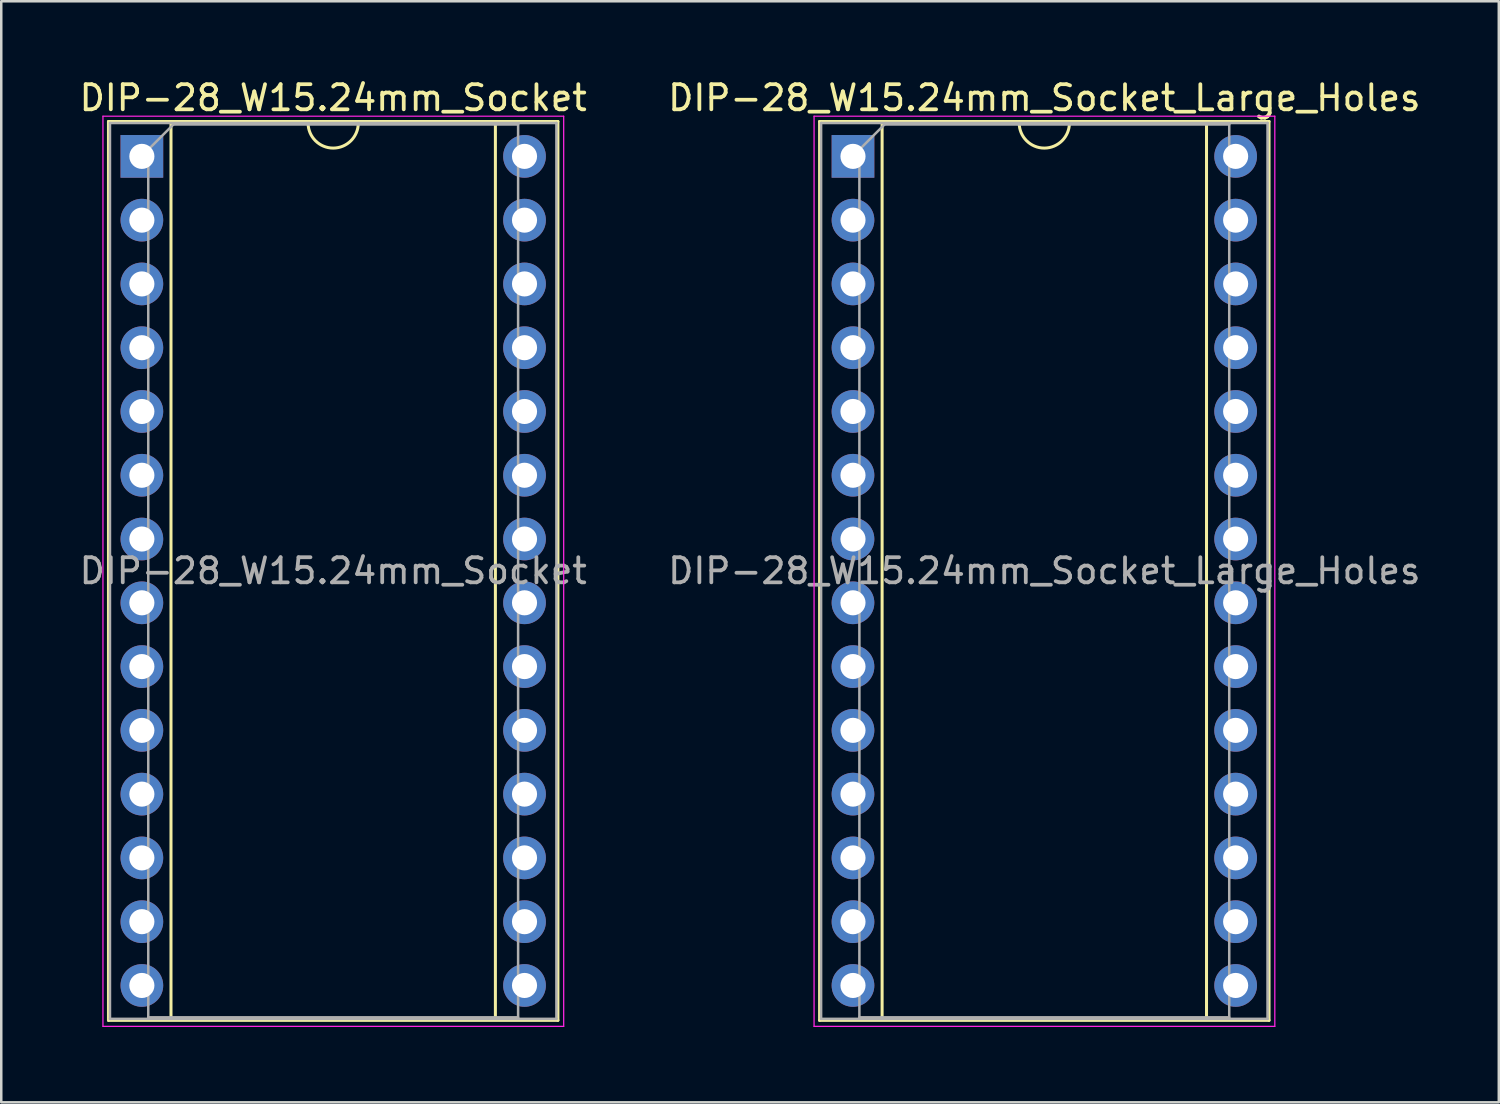
<source format=kicad_pcb>
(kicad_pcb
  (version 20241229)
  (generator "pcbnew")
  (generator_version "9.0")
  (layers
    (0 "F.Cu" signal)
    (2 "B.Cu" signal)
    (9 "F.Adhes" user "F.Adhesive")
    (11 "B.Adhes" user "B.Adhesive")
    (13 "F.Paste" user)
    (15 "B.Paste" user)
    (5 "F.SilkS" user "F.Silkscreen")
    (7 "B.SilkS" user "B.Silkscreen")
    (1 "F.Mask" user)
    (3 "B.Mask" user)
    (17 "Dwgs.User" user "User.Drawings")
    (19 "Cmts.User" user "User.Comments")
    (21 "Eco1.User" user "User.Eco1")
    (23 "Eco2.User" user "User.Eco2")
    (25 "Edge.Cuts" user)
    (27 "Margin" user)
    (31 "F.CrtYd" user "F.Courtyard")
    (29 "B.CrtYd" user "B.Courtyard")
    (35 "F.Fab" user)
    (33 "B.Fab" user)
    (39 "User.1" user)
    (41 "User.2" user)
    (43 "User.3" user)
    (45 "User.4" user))
  (footprint "DIP-28_W15.24mm_Socket"
    (layer "F.Cu")
    (at 2.6 3.178)
    (property "Reference" "DIP-28_W15.24mm_Socket" (at 7.62 -2.33 0) (layer "F.SilkS") (effects (font (size 1 1) (thickness 0.15))))
    (attr through_hole)
    (fp_line (start -1.33 -1.39) (end -1.33 34.41) (stroke (width 0.12) (type solid)) (layer "F.SilkS"))
    (fp_line (start -1.33 34.41) (end 16.57 34.41) (stroke (width 0.12) (type solid)) (layer "F.SilkS"))
    (fp_line (start 1.16 -1.33) (end 1.16 34.35) (stroke (width 0.12) (type solid)) (layer "F.SilkS"))
    (fp_line (start 1.16 34.35) (end 14.08 34.35) (stroke (width 0.12) (type solid)) (layer "F.SilkS"))
    (fp_line (start 6.62 -1.33) (end 1.16 -1.33) (stroke (width 0.12) (type solid)) (layer "F.SilkS"))
    (fp_line (start 14.08 -1.33) (end 8.62 -1.33) (stroke (width 0.12) (type solid)) (layer "F.SilkS"))
    (fp_line (start 14.08 34.35) (end 14.08 -1.33) (stroke (width 0.12) (type solid)) (layer "F.SilkS"))
    (fp_line (start 16.57 -1.39) (end -1.33 -1.39) (stroke (width 0.12) (type solid)) (layer "F.SilkS"))
    (fp_line (start 16.57 34.41) (end 16.57 -1.39) (stroke (width 0.12) (type solid)) (layer "F.SilkS"))
    (fp_arc (start 8.62 -1.33) (mid 7.62 -0.33) (end 6.62 -1.33) (stroke (width 0.12) (type solid)) (layer "F.SilkS"))
    (fp_line (start -1.55 -1.6) (end -1.55 34.65) (stroke (width 0.05) (type solid)) (layer "F.CrtYd"))
    (fp_line (start -1.55 34.65) (end 16.8 34.65) (stroke (width 0.05) (type solid)) (layer "F.CrtYd"))
    (fp_line (start 16.8 -1.6) (end -1.55 -1.6) (stroke (width 0.05) (type solid)) (layer "F.CrtYd"))
    (fp_line (start 16.8 34.65) (end 16.8 -1.6) (stroke (width 0.05) (type solid)) (layer "F.CrtYd"))
    (fp_line (start -1.27 -1.33) (end -1.27 34.35) (stroke (width 0.1) (type solid)) (layer "F.Fab"))
    (fp_line (start -1.27 34.35) (end 16.51 34.35) (stroke (width 0.1) (type solid)) (layer "F.Fab"))
    (fp_line (start 0.255 -0.27) (end 1.255 -1.27) (stroke (width 0.1) (type solid)) (layer "F.Fab"))
    (fp_line (start 0.255 34.29) (end 0.255 -0.27) (stroke (width 0.1) (type solid)) (layer "F.Fab"))
    (fp_line (start 1.255 -1.27) (end 14.985 -1.27) (stroke (width 0.1) (type solid)) (layer "F.Fab"))
    (fp_line (start 14.985 -1.27) (end 14.985 34.29) (stroke (width 0.1) (type solid)) (layer "F.Fab"))
    (fp_line (start 14.985 34.29) (end 0.255 34.29) (stroke (width 0.1) (type solid)) (layer "F.Fab"))
    (fp_line (start 16.51 -1.33) (end -1.27 -1.33) (stroke (width 0.1) (type solid)) (layer "F.Fab"))
    (fp_line (start 16.51 34.35) (end 16.51 -1.33) (stroke (width 0.1) (type solid)) (layer "F.Fab"))
    (fp_text user "${REFERENCE}" (at 7.62 16.51 0) (layer "F.Fab") (effects (font (size 1 1) (thickness 0.15))))
    (pad "1" thru_hole rect (at 0 0) (size 1.7 1.7) (drill 1) (layers "*.Cu" "*.Mask"))
    (pad "2" thru_hole oval (at 0 2.54) (size 1.7 1.7) (drill 1) (layers "*.Cu" "*.Mask"))
    (pad "3" thru_hole oval (at 0 5.08) (size 1.7 1.7) (drill 1) (layers "*.Cu" "*.Mask"))
    (pad "4" thru_hole oval (at 0 7.62) (size 1.7 1.7) (drill 1) (layers "*.Cu" "*.Mask"))
    (pad "5" thru_hole oval (at 0 10.16) (size 1.7 1.7) (drill 1) (layers "*.Cu" "*.Mask"))
    (pad "6" thru_hole oval (at 0 12.7) (size 1.7 1.7) (drill 1) (layers "*.Cu" "*.Mask"))
    (pad "7" thru_hole oval (at 0 15.24) (size 1.7 1.7) (drill 1) (layers "*.Cu" "*.Mask"))
    (pad "8" thru_hole oval (at 0 17.78) (size 1.7 1.7) (drill 1) (layers "*.Cu" "*.Mask"))
    (pad "9" thru_hole oval (at 0 20.32) (size 1.7 1.7) (drill 1) (layers "*.Cu" "*.Mask"))
    (pad "10" thru_hole oval (at 0 22.86) (size 1.7 1.7) (drill 1) (layers "*.Cu" "*.Mask"))
    (pad "11" thru_hole oval (at 0 25.4) (size 1.7 1.7) (drill 1) (layers "*.Cu" "*.Mask"))
    (pad "12" thru_hole oval (at 0 27.94) (size 1.7 1.7) (drill 1) (layers "*.Cu" "*.Mask"))
    (pad "13" thru_hole oval (at 0 30.48) (size 1.7 1.7) (drill 1) (layers "*.Cu" "*.Mask"))
    (pad "14" thru_hole oval (at 0 33.02) (size 1.7 1.7) (drill 1) (layers "*.Cu" "*.Mask"))
    (pad "15" thru_hole oval (at 15.24 33.02) (size 1.7 1.7) (drill 1) (layers "*.Cu" "*.Mask"))
    (pad "16" thru_hole oval (at 15.24 30.48) (size 1.7 1.7) (drill 1) (layers "*.Cu" "*.Mask"))
    (pad "17" thru_hole oval (at 15.24 27.94) (size 1.7 1.7) (drill 1) (layers "*.Cu" "*.Mask"))
    (pad "18" thru_hole oval (at 15.24 25.4) (size 1.7 1.7) (drill 1) (layers "*.Cu" "*.Mask"))
    (pad "19" thru_hole oval (at 15.24 22.86) (size 1.7 1.7) (drill 1) (layers "*.Cu" "*.Mask"))
    (pad "20" thru_hole oval (at 15.24 20.32) (size 1.7 1.7) (drill 1) (layers "*.Cu" "*.Mask"))
    (pad "21" thru_hole oval (at 15.24 17.78) (size 1.7 1.7) (drill 1) (layers "*.Cu" "*.Mask"))
    (pad "22" thru_hole oval (at 15.24 15.24) (size 1.7 1.7) (drill 1) (layers "*.Cu" "*.Mask"))
    (pad "23" thru_hole oval (at 15.24 12.7) (size 1.7 1.7) (drill 1) (layers "*.Cu" "*.Mask"))
    (pad "24" thru_hole oval (at 15.24 10.16) (size 1.7 1.7) (drill 1) (layers "*.Cu" "*.Mask"))
    (pad "25" thru_hole oval (at 15.24 7.62) (size 1.7 1.7) (drill 1) (layers "*.Cu" "*.Mask"))
    (pad "26" thru_hole oval (at 15.24 5.08) (size 1.7 1.7) (drill 1) (layers "*.Cu" "*.Mask"))
    (pad "27" thru_hole oval (at 15.24 2.54) (size 1.7 1.7) (drill 1) (layers "*.Cu" "*.Mask"))
    (pad "28" thru_hole oval (at 15.24 0) (size 1.7 1.7) (drill 1) (layers "*.Cu" "*.Mask")))
  (footprint "DIP-28_W15.24mm_Socket_Large_Holes"
    (layer "F.Cu")
    (at 30.922 3.178)
    (property "Reference" "DIP-28_W15.24mm_Socket_Large_Holes" (at 7.62 -2.33 0) (layer "F.SilkS") (effects (font (size 1 1) (thickness 0.15))))
    (attr through_hole)
    (fp_line (start -1.33 -1.39) (end -1.33 34.41) (stroke (width 0.12) (type solid)) (layer "F.SilkS"))
    (fp_line (start -1.33 34.41) (end 16.57 34.41) (stroke (width 0.12) (type solid)) (layer "F.SilkS"))
    (fp_line (start 1.16 -1.33) (end 1.16 34.35) (stroke (width 0.12) (type solid)) (layer "F.SilkS"))
    (fp_line (start 1.16 34.35) (end 14.08 34.35) (stroke (width 0.12) (type solid)) (layer "F.SilkS"))
    (fp_line (start 6.62 -1.33) (end 1.16 -1.33) (stroke (width 0.12) (type solid)) (layer "F.SilkS"))
    (fp_line (start 14.08 -1.33) (end 8.62 -1.33) (stroke (width 0.12) (type solid)) (layer "F.SilkS"))
    (fp_line (start 14.08 34.35) (end 14.08 -1.33) (stroke (width 0.12) (type solid)) (layer "F.SilkS"))
    (fp_line (start 16.57 -1.39) (end -1.33 -1.39) (stroke (width 0.12) (type solid)) (layer "F.SilkS"))
    (fp_line (start 16.57 34.41) (end 16.57 -1.39) (stroke (width 0.12) (type solid)) (layer "F.SilkS"))
    (fp_arc (start 8.62 -1.33) (mid 7.62 -0.33) (end 6.62 -1.33) (stroke (width 0.12) (type solid)) (layer "F.SilkS"))
    (fp_line (start -1.55 -1.6) (end -1.55 34.65) (stroke (width 0.05) (type solid)) (layer "F.CrtYd"))
    (fp_line (start -1.55 34.65) (end 16.8 34.65) (stroke (width 0.05) (type solid)) (layer "F.CrtYd"))
    (fp_line (start 16.8 -1.6) (end -1.55 -1.6) (stroke (width 0.05) (type solid)) (layer "F.CrtYd"))
    (fp_line (start 16.8 34.65) (end 16.8 -1.6) (stroke (width 0.05) (type solid)) (layer "F.CrtYd"))
    (fp_line (start -1.27 -1.33) (end -1.27 34.35) (stroke (width 0.1) (type solid)) (layer "F.Fab"))
    (fp_line (start -1.27 34.35) (end 16.51 34.35) (stroke (width 0.1) (type solid)) (layer "F.Fab"))
    (fp_line (start 0.255 -0.27) (end 1.255 -1.27) (stroke (width 0.1) (type solid)) (layer "F.Fab"))
    (fp_line (start 0.255 34.29) (end 0.255 -0.27) (stroke (width 0.1) (type solid)) (layer "F.Fab"))
    (fp_line (start 1.255 -1.27) (end 14.985 -1.27) (stroke (width 0.1) (type solid)) (layer "F.Fab"))
    (fp_line (start 14.985 -1.27) (end 14.985 34.29) (stroke (width 0.1) (type solid)) (layer "F.Fab"))
    (fp_line (start 14.985 34.29) (end 0.255 34.29) (stroke (width 0.1) (type solid)) (layer "F.Fab"))
    (fp_line (start 16.51 -1.33) (end -1.27 -1.33) (stroke (width 0.1) (type solid)) (layer "F.Fab"))
    (fp_line (start 16.51 34.35) (end 16.51 -1.33) (stroke (width 0.1) (type solid)) (layer "F.Fab"))
    (fp_text user "${REFERENCE}" (at 7.62 16.51 0) (layer "F.Fab") (effects (font (size 1 1) (thickness 0.15))))
    (pad "1" thru_hole rect (at 0 0) (size 1.7 1.7) (drill 1) (layers "*.Cu" "*.Mask"))
    (pad "2" thru_hole oval (at 0 2.54) (size 1.7 1.7) (drill 1) (layers "*.Cu" "*.Mask"))
    (pad "3" thru_hole oval (at 0 5.08) (size 1.7 1.7) (drill 1) (layers "*.Cu" "*.Mask"))
    (pad "4" thru_hole oval (at 0 7.62) (size 1.7 1.7) (drill 1) (layers "*.Cu" "*.Mask"))
    (pad "5" thru_hole oval (at 0 10.16) (size 1.7 1.7) (drill 1) (layers "*.Cu" "*.Mask"))
    (pad "6" thru_hole oval (at 0 12.7) (size 1.7 1.7) (drill 1) (layers "*.Cu" "*.Mask"))
    (pad "7" thru_hole oval (at 0 15.24) (size 1.7 1.7) (drill 1) (layers "*.Cu" "*.Mask"))
    (pad "8" thru_hole oval (at 0 17.78) (size 1.7 1.7) (drill 1) (layers "*.Cu" "*.Mask"))
    (pad "9" thru_hole oval (at 0 20.32) (size 1.7 1.7) (drill 1) (layers "*.Cu" "*.Mask"))
    (pad "10" thru_hole oval (at 0 22.86) (size 1.7 1.7) (drill 1) (layers "*.Cu" "*.Mask"))
    (pad "11" thru_hole oval (at 0 25.4) (size 1.7 1.7) (drill 1) (layers "*.Cu" "*.Mask"))
    (pad "12" thru_hole oval (at 0 27.94) (size 1.7 1.7) (drill 1) (layers "*.Cu" "*.Mask"))
    (pad "13" thru_hole oval (at 0 30.48) (size 1.7 1.7) (drill 1) (layers "*.Cu" "*.Mask"))
    (pad "14" thru_hole oval (at 0 33.02) (size 1.7 1.7) (drill 1) (layers "*.Cu" "*.Mask"))
    (pad "15" thru_hole oval (at 15.24 33.02) (size 1.7 1.7) (drill 1) (layers "*.Cu" "*.Mask"))
    (pad "16" thru_hole oval (at 15.24 30.48) (size 1.7 1.7) (drill 1) (layers "*.Cu" "*.Mask"))
    (pad "17" thru_hole oval (at 15.24 27.94) (size 1.7 1.7) (drill 1) (layers "*.Cu" "*.Mask"))
    (pad "18" thru_hole oval (at 15.24 25.4) (size 1.7 1.7) (drill 1) (layers "*.Cu" "*.Mask"))
    (pad "19" thru_hole oval (at 15.24 22.86) (size 1.7 1.7) (drill 1) (layers "*.Cu" "*.Mask"))
    (pad "20" thru_hole oval (at 15.24 20.32) (size 1.7 1.7) (drill 1) (layers "*.Cu" "*.Mask"))
    (pad "21" thru_hole oval (at 15.24 17.78) (size 1.7 1.7) (drill 1) (layers "*.Cu" "*.Mask"))
    (pad "22" thru_hole oval (at 15.24 15.24) (size 1.7 1.7) (drill 1) (layers "*.Cu" "*.Mask"))
    (pad "23" thru_hole oval (at 15.24 12.7) (size 1.7 1.7) (drill 1) (layers "*.Cu" "*.Mask"))
    (pad "24" thru_hole oval (at 15.24 10.16) (size 1.7 1.7) (drill 1) (layers "*.Cu" "*.Mask"))
    (pad "25" thru_hole oval (at 15.24 7.62) (size 1.7 1.7) (drill 1) (layers "*.Cu" "*.Mask"))
    (pad "26" thru_hole oval (at 15.24 5.08) (size 1.7 1.7) (drill 1) (layers "*.Cu" "*.Mask"))
    (pad "27" thru_hole oval (at 15.24 2.54) (size 1.7 1.7) (drill 1) (layers "*.Cu" "*.Mask"))
    (pad "28" thru_hole oval (at 15.24 0) (size 1.7 1.7) (drill 1) (layers "*.Cu" "*.Mask")))
  (gr_rect
    (start -3 -3)
    (end 56.643 40.853)
    (stroke (width 0.1) (type default))
    (fill no)
    (layer "Edge.Cuts")))
</source>
